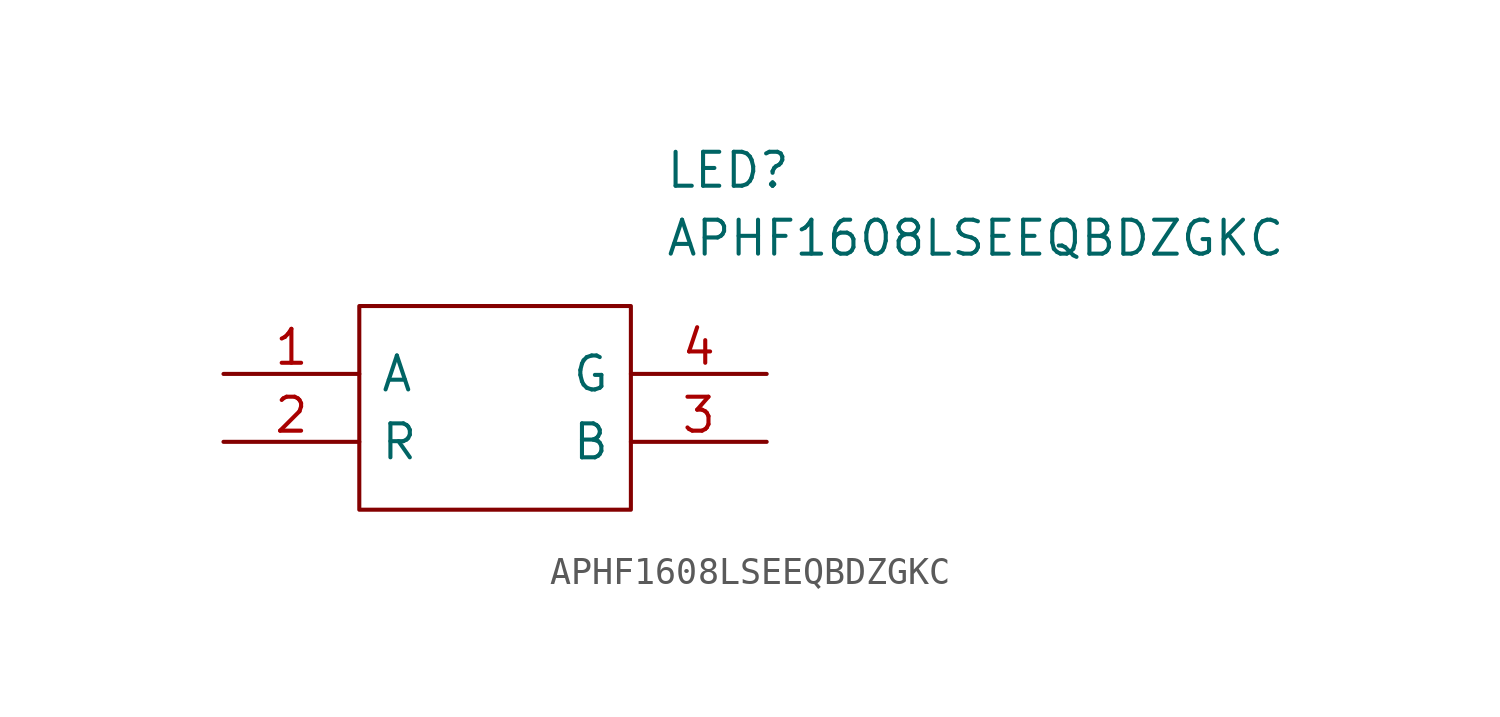
<source format=kicad_sym>
(kicad_symbol_lib
  (version 20220914)
  (generator kicad_symbol_editor)
  (symbol "APHF1608LSEEQBDZGKC"
    (pin_names
      (offset 0.762))
    (property "Reference" "LED"
      (at 16.51 7.62 0)
      (effects (font (size 1.27 1.27)) (justify left)))
    (property "Value" "APHF1608LSEEQBDZGKC"
      (at 16.51 5.08 0)
      (effects (font (size 1.27 1.27)) (justify left)))
    (symbol "APHF1608LSEEQBDZGKC_0_0"
      (pin passive line (at 0 0 0) (length 5.08) (name "A" (effects (font (size 1.27 1.27)))) (number "1" (effects (font (size 1.27 1.27)))))
      (pin passive line (at 0 -2.54 0) (length 5.08) (name "R" (effects (font (size 1.27 1.27)))) (number "2" (effects (font (size 1.27 1.27)))))
      (pin passive line (at 20.32 -2.54 180) (length 5.08) (name "B" (effects (font (size 1.27 1.27)))) (number "3" (effects (font (size 1.27 1.27)))))
      (pin passive line (at 20.32 0 180) (length 5.08) (name "G" (effects (font (size 1.27 1.27)))) (number "4" (effects (font (size 1.27 1.27))))))
    (symbol "APHF1608LSEEQBDZGKC_0_1"
      (polyline (pts (xy 5.08 2.54) (xy 15.24 2.54) (xy 15.24 -5.08) (xy 5.08 -5.08) (xy 5.08 2.54)) (stroke (width 0.152) (type solid)) (fill (type none))))))
</source>
